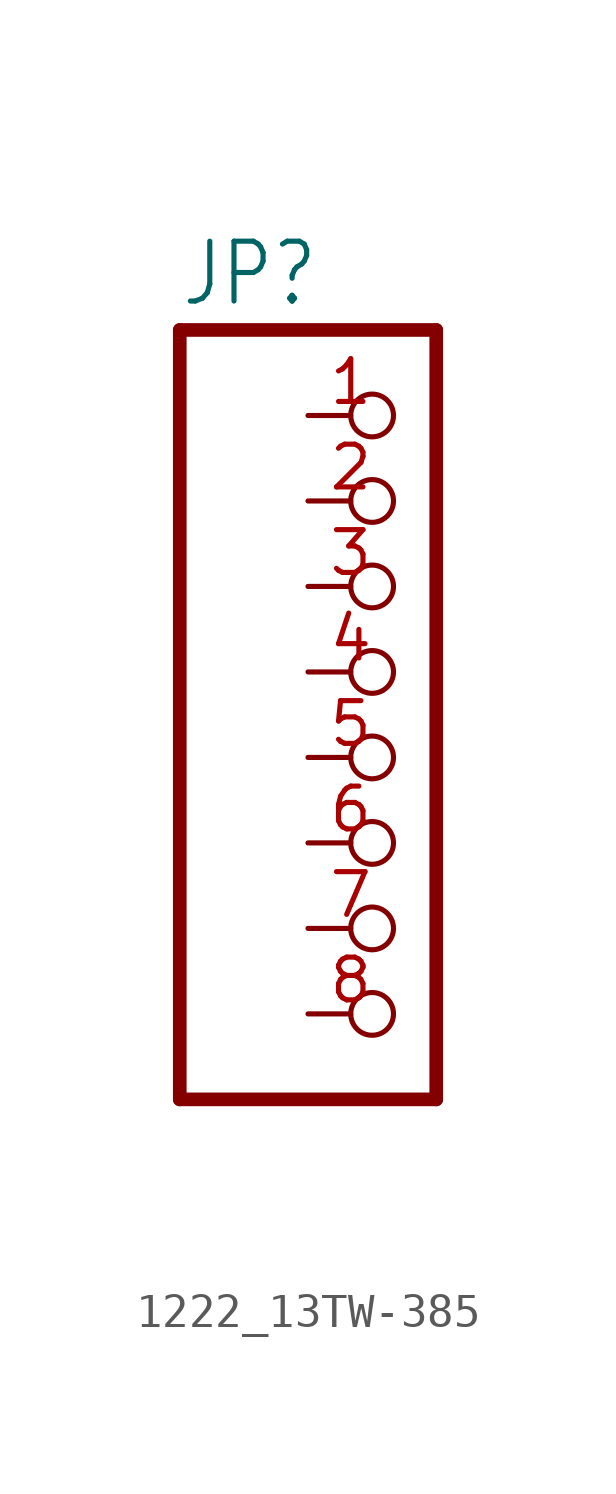
<source format=kicad_sym>
(kicad_symbol_lib
  (version 20220914)
  (generator kicad_symbol_editor)
  (symbol "1222_13TW-385"
    (property "Reference" "JP"
      (at -6.35 13.335 0)
      (effects (font (size 1.778 1.511)) (justify left bottom)))
    (property "Value" ""
      (at -6.35 -12.7 0)
      (effects (font (size 1.778 1.511)) (justify left bottom)))
    (property "ki_locked" ""
      (at 0 0 0)
      (effects (font (size 1.27 1.27))))
    (symbol "1222_13TW-385_1_0"
      (polyline (pts (xy -6.35 -10.16) (xy 1.27 -10.16)) (stroke (width 0.406) (type solid)) (fill (type none)))
      (polyline (pts (xy -6.35 12.7) (xy -6.35 -10.16)) (stroke (width 0.406) (type solid)) (fill (type none)))
      (polyline (pts (xy 1.27 -10.16) (xy 1.27 12.7)) (stroke (width 0.406) (type solid)) (fill (type none)))
      (polyline (pts (xy 1.27 12.7) (xy -6.35 12.7)) (stroke (width 0.406) (type solid)) (fill (type none)))
      (pin passive inverted (at -2.54 10.16 0) (length 2.54) (name "1" (effects (font (size 0 0)))) (number "1" (effects (font (size 1.27 1.27)))))
      (pin passive inverted (at -2.54 7.62 0) (length 2.54) (name "2" (effects (font (size 0 0)))) (number "2" (effects (font (size 1.27 1.27)))))
      (pin passive inverted (at -2.54 5.08 0) (length 2.54) (name "3" (effects (font (size 0 0)))) (number "3" (effects (font (size 1.27 1.27)))))
      (pin passive inverted (at -2.54 2.54 0) (length 2.54) (name "4" (effects (font (size 0 0)))) (number "4" (effects (font (size 1.27 1.27)))))
      (pin passive inverted (at -2.54 0 0) (length 2.54) (name "5" (effects (font (size 0 0)))) (number "5" (effects (font (size 1.27 1.27)))))
      (pin passive inverted (at -2.54 -2.54 0) (length 2.54) (name "6" (effects (font (size 0 0)))) (number "6" (effects (font (size 1.27 1.27)))))
      (pin passive inverted (at -2.54 -5.08 0) (length 2.54) (name "7" (effects (font (size 0 0)))) (number "7" (effects (font (size 1.27 1.27)))))
      (pin passive inverted (at -2.54 -7.62 0) (length 2.54) (name "8" (effects (font (size 0 0)))) (number "8" (effects (font (size 1.27 1.27))))))))
</source>
